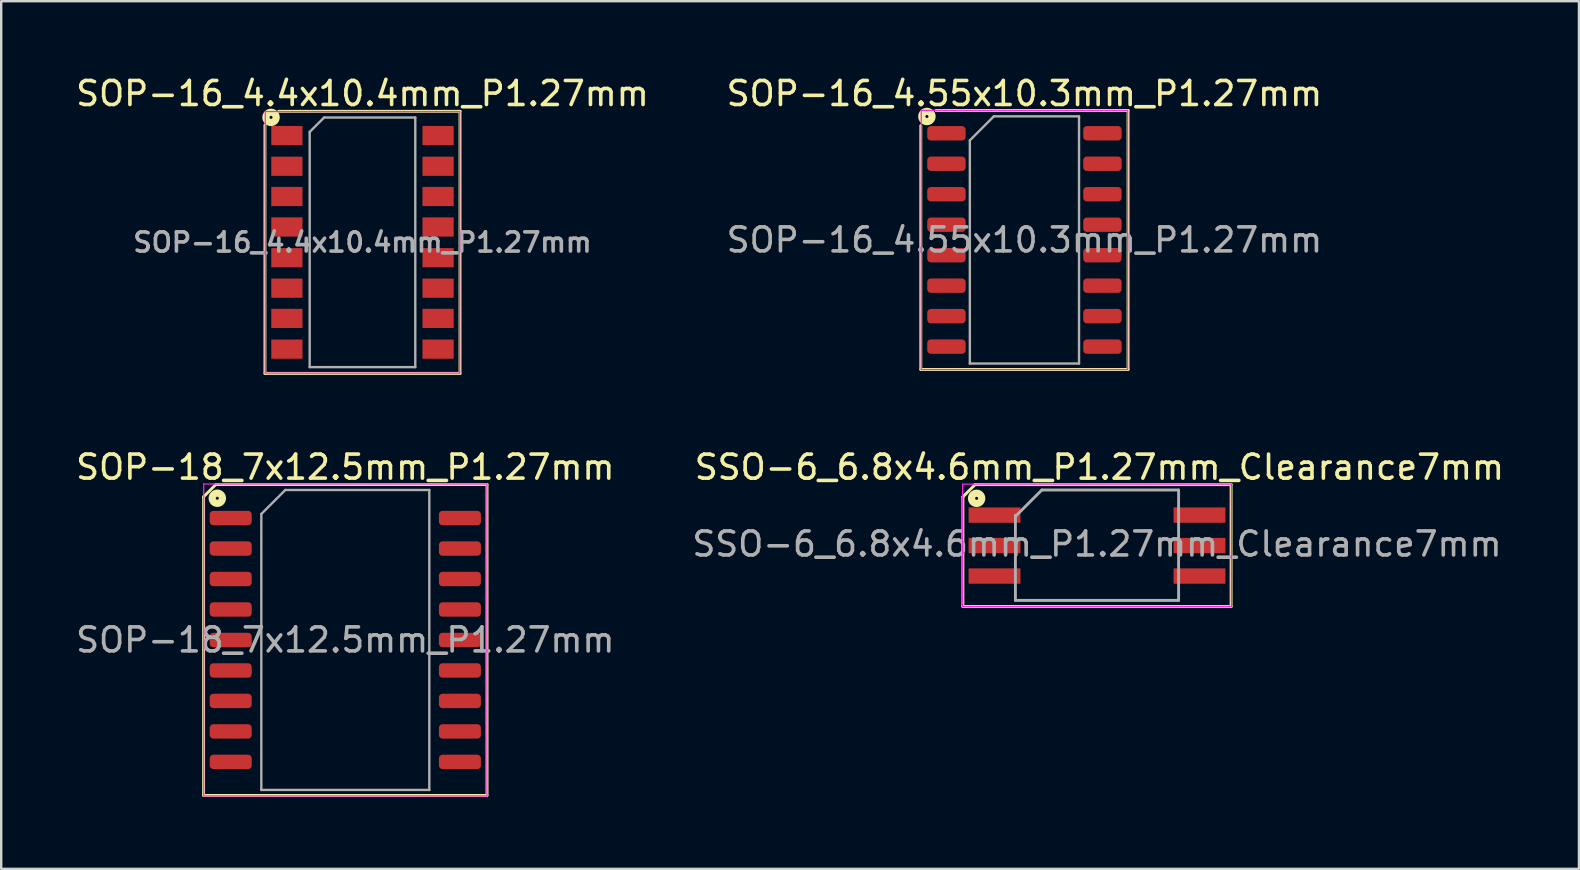
<source format=kicad_pcb>
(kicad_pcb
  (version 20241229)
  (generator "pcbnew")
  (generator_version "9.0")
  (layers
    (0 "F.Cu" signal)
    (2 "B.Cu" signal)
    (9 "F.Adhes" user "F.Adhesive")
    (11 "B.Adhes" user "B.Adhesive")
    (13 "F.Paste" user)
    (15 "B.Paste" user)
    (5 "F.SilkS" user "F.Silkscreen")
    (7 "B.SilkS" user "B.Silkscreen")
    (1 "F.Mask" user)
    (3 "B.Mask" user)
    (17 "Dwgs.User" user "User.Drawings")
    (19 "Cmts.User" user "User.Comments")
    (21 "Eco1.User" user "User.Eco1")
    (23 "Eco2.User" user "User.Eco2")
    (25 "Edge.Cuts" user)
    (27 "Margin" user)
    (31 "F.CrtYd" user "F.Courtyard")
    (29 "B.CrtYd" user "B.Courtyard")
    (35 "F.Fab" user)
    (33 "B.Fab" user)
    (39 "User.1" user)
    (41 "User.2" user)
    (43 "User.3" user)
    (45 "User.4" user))
  (footprint "SOP-16_4.55x10.3mm_P1.27mm"
    (layer "F.Cu")
    (at 39.637 6.948)
    (property "Reference" "SOP-16_4.55x10.3mm_P1.27mm" (at 0 -6.1 0) (layer "F.SilkS") (effects (font (size 1 1) (thickness 0.15))))
    (attr smd)
    (fp_line (start -4.318 -4.763) (end -4.318 5.397) (stroke (width 0.12) (type solid)) (layer "F.SilkS"))
    (fp_line (start -4.318 5.397) (end 4.318 5.397) (stroke (width 0.12) (type solid)) (layer "F.SilkS"))
    (fp_line (start 4.318 -5.397) (end -3.683 -5.397) (stroke (width 0.12) (type solid)) (layer "F.SilkS"))
    (fp_line (start 4.318 5.397) (end 4.318 -5.397) (stroke (width 0.12) (type solid)) (layer "F.SilkS"))
    (fp_circle (center -4.064 -5.144) (end -4 -5.144) (stroke (width 0.3) (type solid)) (fill no) (layer "F.SilkS"))
    (fp_line (start -4.3 -5.4) (end -4.3 5.4) (stroke (width 0.05) (type solid)) (layer "F.CrtYd"))
    (fp_line (start -4.3 5.4) (end 4.3 5.4) (stroke (width 0.05) (type solid)) (layer "F.CrtYd"))
    (fp_line (start 4.3 -5.4) (end -4.3 -5.4) (stroke (width 0.05) (type solid)) (layer "F.CrtYd"))
    (fp_line (start 4.3 5.4) (end 4.3 -5.4) (stroke (width 0.05) (type solid)) (layer "F.CrtYd"))
    (fp_line (start -2.275 -4.15) (end -1.275 -5.15) (stroke (width 0.1) (type solid)) (layer "F.Fab"))
    (fp_line (start -2.275 5.15) (end -2.275 -4.15) (stroke (width 0.1) (type solid)) (layer "F.Fab"))
    (fp_line (start -1.275 -5.15) (end 2.275 -5.15) (stroke (width 0.1) (type solid)) (layer "F.Fab"))
    (fp_line (start 2.275 -5.15) (end 2.275 5.15) (stroke (width 0.1) (type solid)) (layer "F.Fab"))
    (fp_line (start 2.275 5.15) (end -2.275 5.15) (stroke (width 0.1) (type solid)) (layer "F.Fab"))
    (fp_text user "${REFERENCE}" (at 0 0 0) (layer "F.Fab") (effects (font (size 1 1) (thickness 0.15))))
    (pad "1" smd roundrect (at -3.25 -4.445) (size 1.6 0.6) (layers "F.Cu" "F.Mask" "F.Paste") (roundrect_rratio 0.25))
    (pad "2" smd roundrect (at -3.25 -3.175) (size 1.6 0.6) (layers "F.Cu" "F.Mask" "F.Paste") (roundrect_rratio 0.25))
    (pad "3" smd roundrect (at -3.25 -1.905) (size 1.6 0.6) (layers "F.Cu" "F.Mask" "F.Paste") (roundrect_rratio 0.25))
    (pad "4" smd roundrect (at -3.25 -0.635) (size 1.6 0.6) (layers "F.Cu" "F.Mask" "F.Paste") (roundrect_rratio 0.25))
    (pad "5" smd roundrect (at -3.25 0.635) (size 1.6 0.6) (layers "F.Cu" "F.Mask" "F.Paste") (roundrect_rratio 0.25))
    (pad "6" smd roundrect (at -3.25 1.905) (size 1.6 0.6) (layers "F.Cu" "F.Mask" "F.Paste") (roundrect_rratio 0.25))
    (pad "7" smd roundrect (at -3.25 3.175) (size 1.6 0.6) (layers "F.Cu" "F.Mask" "F.Paste") (roundrect_rratio 0.25))
    (pad "8" smd roundrect (at -3.25 4.445) (size 1.6 0.6) (layers "F.Cu" "F.Mask" "F.Paste") (roundrect_rratio 0.25))
    (pad "9" smd roundrect (at 3.25 4.445) (size 1.6 0.6) (layers "F.Cu" "F.Mask" "F.Paste") (roundrect_rratio 0.25))
    (pad "10" smd roundrect (at 3.25 3.175) (size 1.6 0.6) (layers "F.Cu" "F.Mask" "F.Paste") (roundrect_rratio 0.25))
    (pad "11" smd roundrect (at 3.25 1.905) (size 1.6 0.6) (layers "F.Cu" "F.Mask" "F.Paste") (roundrect_rratio 0.25))
    (pad "12" smd roundrect (at 3.25 0.635) (size 1.6 0.6) (layers "F.Cu" "F.Mask" "F.Paste") (roundrect_rratio 0.25))
    (pad "13" smd roundrect (at 3.25 -0.635) (size 1.6 0.6) (layers "F.Cu" "F.Mask" "F.Paste") (roundrect_rratio 0.25))
    (pad "14" smd roundrect (at 3.25 -1.905) (size 1.6 0.6) (layers "F.Cu" "F.Mask" "F.Paste") (roundrect_rratio 0.25))
    (pad "15" smd roundrect (at 3.25 -3.175) (size 1.6 0.6) (layers "F.Cu" "F.Mask" "F.Paste") (roundrect_rratio 0.25))
    (pad "16" smd roundrect (at 3.25 -4.445) (size 1.6 0.6) (layers "F.Cu" "F.Mask" "F.Paste") (roundrect_rratio 0.25)))
  (footprint "SSO-6_6.8x4.6mm_P1.27mm_Clearance7mm"
    (layer "F.Cu")
    (at 42.661 19.683)
    (property "Reference" "SSO-6_6.8x4.6mm_P1.27mm_Clearance7mm" (at 0.1 -3.265 0) (layer "F.SilkS") (effects (font (size 1 1) (thickness 0.15))))
    (attr smd)
    (fp_line (start -5.588 -2.032) (end -5.588 2.54) (stroke (width 0.12) (type solid)) (layer "F.SilkS"))
    (fp_line (start -5.588 -2.032) (end -5.08 -2.54) (stroke (width 0.12) (type solid)) (layer "F.SilkS"))
    (fp_line (start -5.588 2.54) (end 5.588 2.54) (stroke (width 0.12) (type solid)) (layer "F.SilkS"))
    (fp_line (start 5.588 -2.54) (end -5.08 -2.54) (stroke (width 0.12) (type solid)) (layer "F.SilkS"))
    (fp_line (start 5.588 2.54) (end 5.588 -2.54) (stroke (width 0.12) (type solid)) (layer "F.SilkS"))
    (fp_circle (center -5.016 -1.968) (end -4.953 -1.968) (stroke (width 0.3) (type solid)) (fill no) (layer "F.SilkS"))
    (fp_line (start -5.6 -2.56) (end -5.6 2.54) (stroke (width 0.05) (type solid)) (layer "F.CrtYd"))
    (fp_line (start -5.6 -2.56) (end 5.6 -2.56) (stroke (width 0.05) (type solid)) (layer "F.CrtYd"))
    (fp_line (start 5.6 2.54) (end -5.6 2.54) (stroke (width 0.05) (type solid)) (layer "F.CrtYd"))
    (fp_line (start 5.6 2.54) (end 5.6 -2.56) (stroke (width 0.05) (type solid)) (layer "F.CrtYd"))
    (fp_line (start -3.4 2.285) (end -3.4 -1.265) (stroke (width 0.12) (type solid)) (layer "F.Fab"))
    (fp_line (start -2.3 -2.315) (end -3.4 -1.215) (stroke (width 0.12) (type solid)) (layer "F.Fab"))
    (fp_line (start 3.4 -2.315) (end -2.3 -2.315) (stroke (width 0.12) (type solid)) (layer "F.Fab"))
    (fp_line (start 3.4 -2.315) (end 3.4 2.285) (stroke (width 0.12) (type solid)) (layer "F.Fab"))
    (fp_line (start 3.4 2.285) (end -3.4 2.285) (stroke (width 0.12) (type solid)) (layer "F.Fab"))
    (fp_text user "${REFERENCE}" (at 0 -0.065 0) (layer "F.Fab") (effects (font (size 1 1) (thickness 0.15))))
    (pad "1" smd rect (at -4.27 -1.27) (size 2.16 0.64) (layers "F.Cu" "F.Mask" "F.Paste"))
    (pad "2" smd rect (at -4.27 0) (size 2.16 0.64) (layers "F.Cu" "F.Mask" "F.Paste"))
    (pad "3" smd rect (at -4.27 1.27) (size 2.16 0.64) (layers "F.Cu" "F.Mask" "F.Paste"))
    (pad "4" smd rect (at 4.27 1.27) (size 2.16 0.64) (layers "F.Cu" "F.Mask" "F.Paste"))
    (pad "5" smd rect (at 4.27 0) (size 2.16 0.64) (layers "F.Cu" "F.Mask" "F.Paste"))
    (pad "6" smd rect (at 4.27 -1.27) (size 2.16 0.64) (layers "F.Cu" "F.Mask" "F.Paste")))
  (footprint "SOP-16_4.4x10.4mm_P1.27mm"
    (layer "F.Cu")
    (at 12.054 7.048)
    (property "Reference" "SOP-16_4.4x10.4mm_P1.27mm" (at 0 -6.2 0) (layer "F.SilkS") (effects (font (size 1 1) (thickness 0.15))))
    (attr smd)
    (fp_line (start -4.064 -4.889) (end -4.064 5.461) (stroke (width 0.12) (type solid)) (layer "F.SilkS"))
    (fp_line (start -4.064 5.461) (end 4.064 5.461) (stroke (width 0.12) (type solid)) (layer "F.SilkS"))
    (fp_line (start 4.064 -5.461) (end -3.493 -5.461) (stroke (width 0.12) (type solid)) (layer "F.SilkS"))
    (fp_line (start 4.064 5.461) (end 4.064 -5.461) (stroke (width 0.12) (type solid)) (layer "F.SilkS"))
    (fp_circle (center -3.81 -5.207) (end -3.747 -5.207) (stroke (width 0.3) (type solid)) (fill no) (layer "F.SilkS"))
    (fp_line (start -4.05 -5.45) (end -4.05 5.45) (stroke (width 0.05) (type solid)) (layer "F.CrtYd"))
    (fp_line (start -4.05 -5.45) (end 4.05 -5.45) (stroke (width 0.05) (type solid)) (layer "F.CrtYd"))
    (fp_line (start 4.05 5.45) (end -4.05 5.45) (stroke (width 0.05) (type solid)) (layer "F.CrtYd"))
    (fp_line (start 4.05 5.45) (end 4.05 -5.45) (stroke (width 0.05) (type solid)) (layer "F.CrtYd"))
    (fp_line (start -2.2 -4.6) (end -1.6 -5.2) (stroke (width 0.1) (type solid)) (layer "F.Fab"))
    (fp_line (start -2.2 5.2) (end -2.2 -4.6) (stroke (width 0.1) (type solid)) (layer "F.Fab"))
    (fp_line (start -1.6 -5.2) (end 2.2 -5.2) (stroke (width 0.1) (type solid)) (layer "F.Fab"))
    (fp_line (start 2.2 -5.2) (end 2.2 5.2) (stroke (width 0.1) (type solid)) (layer "F.Fab"))
    (fp_line (start 2.2 5.2) (end -2.2 5.2) (stroke (width 0.1) (type solid)) (layer "F.Fab"))
    (fp_text user "${REFERENCE}" (at 0 0 0) (layer "F.Fab") (effects (font (size 0.8 0.8) (thickness 0.15))))
    (pad "1" smd rect (at -3.15 -4.45) (size 1.3 0.8) (layers "F.Cu" "F.Mask" "F.Paste"))
    (pad "2" smd rect (at -3.15 -3.17) (size 1.3 0.8) (layers "F.Cu" "F.Mask" "F.Paste"))
    (pad "3" smd rect (at -3.15 -1.91) (size 1.3 0.8) (layers "F.Cu" "F.Mask" "F.Paste"))
    (pad "4" smd rect (at -3.15 -0.64) (size 1.3 0.8) (layers "F.Cu" "F.Mask" "F.Paste"))
    (pad "5" smd rect (at -3.15 0.64) (size 1.3 0.8) (layers "F.Cu" "F.Mask" "F.Paste"))
    (pad "6" smd rect (at -3.15 1.91) (size 1.3 0.8) (layers "F.Cu" "F.Mask" "F.Paste"))
    (pad "7" smd rect (at -3.15 3.17) (size 1.3 0.8) (layers "F.Cu" "F.Mask" "F.Paste"))
    (pad "8" smd rect (at -3.15 4.45) (size 1.3 0.8) (layers "F.Cu" "F.Mask" "F.Paste"))
    (pad "9" smd rect (at 3.15 4.45) (size 1.3 0.8) (layers "F.Cu" "F.Mask" "F.Paste"))
    (pad "10" smd rect (at 3.15 3.17) (size 1.3 0.8) (layers "F.Cu" "F.Mask" "F.Paste"))
    (pad "11" smd rect (at 3.15 1.91) (size 1.3 0.8) (layers "F.Cu" "F.Mask" "F.Paste"))
    (pad "12" smd rect (at 3.15 0.64) (size 1.3 0.8) (layers "F.Cu" "F.Mask" "F.Paste"))
    (pad "13" smd rect (at 3.15 -0.64) (size 1.3 0.8) (layers "F.Cu" "F.Mask" "F.Paste"))
    (pad "14" smd rect (at 3.15 -1.91) (size 1.3 0.8) (layers "F.Cu" "F.Mask" "F.Paste"))
    (pad "15" smd rect (at 3.15 -3.17) (size 1.3 0.8) (layers "F.Cu" "F.Mask" "F.Paste"))
    (pad "16" smd rect (at 3.15 -4.45) (size 1.3 0.8) (layers "F.Cu" "F.Mask" "F.Paste")))
  (footprint "SOP-18_7x12.5mm_P1.27mm"
    (layer "F.Cu")
    (at 11.339 23.617)
    (property "Reference" "SOP-18_7x12.5mm_P1.27mm" (at 0 -7.2 0) (layer "F.SilkS") (effects (font (size 1 1) (thickness 0.15))))
    (attr smd)
    (fp_line (start -5.905 -5.969) (end -5.905 6.477) (stroke (width 0.12) (type solid)) (layer "F.SilkS"))
    (fp_line (start -5.905 -5.969) (end -5.397 -6.477) (stroke (width 0.12) (type solid)) (layer "F.SilkS"))
    (fp_line (start -5.905 6.477) (end 5.905 6.477) (stroke (width 0.12) (type solid)) (layer "F.SilkS"))
    (fp_line (start 5.905 -6.477) (end -5.397 -6.477) (stroke (width 0.12) (type solid)) (layer "F.SilkS"))
    (fp_line (start 5.905 6.477) (end 5.905 -6.477) (stroke (width 0.12) (type solid)) (layer "F.SilkS"))
    (fp_circle (center -5.334 -5.905) (end -5.271 -5.905) (stroke (width 0.3) (type solid)) (fill no) (layer "F.SilkS"))
    (fp_line (start -5.9 -6.5) (end -5.9 6.5) (stroke (width 0.05) (type solid)) (layer "F.CrtYd"))
    (fp_line (start -5.9 6.5) (end 5.9 6.5) (stroke (width 0.05) (type solid)) (layer "F.CrtYd"))
    (fp_line (start 5.9 -6.5) (end -5.9 -6.5) (stroke (width 0.05) (type solid)) (layer "F.CrtYd"))
    (fp_line (start 5.9 6.5) (end 5.9 -6.5) (stroke (width 0.05) (type solid)) (layer "F.CrtYd"))
    (fp_line (start -3.5 -5.25) (end -2.5 -6.25) (stroke (width 0.1) (type solid)) (layer "F.Fab"))
    (fp_line (start -3.5 6.25) (end -3.5 -5.25) (stroke (width 0.1) (type solid)) (layer "F.Fab"))
    (fp_line (start -2.5 -6.25) (end 3.5 -6.25) (stroke (width 0.1) (type solid)) (layer "F.Fab"))
    (fp_line (start 3.5 -6.25) (end 3.5 6.25) (stroke (width 0.1) (type solid)) (layer "F.Fab"))
    (fp_line (start 3.5 6.25) (end -3.5 6.25) (stroke (width 0.1) (type solid)) (layer "F.Fab"))
    (fp_text user "${REFERENCE}" (at 0 0 0) (layer "F.Fab") (effects (font (size 1 1) (thickness 0.15))))
    (pad "1" smd roundrect (at -4.775 -5.08) (size 1.75 0.6) (layers "F.Cu" "F.Mask" "F.Paste") (roundrect_rratio 0.25))
    (pad "2" smd roundrect (at -4.775 -3.81) (size 1.75 0.6) (layers "F.Cu" "F.Mask" "F.Paste") (roundrect_rratio 0.25))
    (pad "3" smd roundrect (at -4.775 -2.54) (size 1.75 0.6) (layers "F.Cu" "F.Mask" "F.Paste") (roundrect_rratio 0.25))
    (pad "4" smd roundrect (at -4.775 -1.27) (size 1.75 0.6) (layers "F.Cu" "F.Mask" "F.Paste") (roundrect_rratio 0.25))
    (pad "5" smd roundrect (at -4.775 0) (size 1.75 0.6) (layers "F.Cu" "F.Mask" "F.Paste") (roundrect_rratio 0.25))
    (pad "6" smd roundrect (at -4.775 1.27) (size 1.75 0.6) (layers "F.Cu" "F.Mask" "F.Paste") (roundrect_rratio 0.25))
    (pad "7" smd roundrect (at -4.775 2.54) (size 1.75 0.6) (layers "F.Cu" "F.Mask" "F.Paste") (roundrect_rratio 0.25))
    (pad "8" smd roundrect (at -4.775 3.81) (size 1.75 0.6) (layers "F.Cu" "F.Mask" "F.Paste") (roundrect_rratio 0.25))
    (pad "9" smd roundrect (at -4.775 5.08) (size 1.75 0.6) (layers "F.Cu" "F.Mask" "F.Paste") (roundrect_rratio 0.25))
    (pad "10" smd roundrect (at 4.775 5.08) (size 1.75 0.6) (layers "F.Cu" "F.Mask" "F.Paste") (roundrect_rratio 0.25))
    (pad "11" smd roundrect (at 4.775 3.81) (size 1.75 0.6) (layers "F.Cu" "F.Mask" "F.Paste") (roundrect_rratio 0.25))
    (pad "12" smd roundrect (at 4.775 2.54) (size 1.75 0.6) (layers "F.Cu" "F.Mask" "F.Paste") (roundrect_rratio 0.25))
    (pad "13" smd roundrect (at 4.775 1.27) (size 1.75 0.6) (layers "F.Cu" "F.Mask" "F.Paste") (roundrect_rratio 0.25))
    (pad "14" smd roundrect (at 4.775 0) (size 1.75 0.6) (layers "F.Cu" "F.Mask" "F.Paste") (roundrect_rratio 0.25))
    (pad "15" smd roundrect (at 4.775 -1.27) (size 1.75 0.6) (layers "F.Cu" "F.Mask" "F.Paste") (roundrect_rratio 0.25))
    (pad "16" smd roundrect (at 4.775 -2.54) (size 1.75 0.6) (layers "F.Cu" "F.Mask" "F.Paste") (roundrect_rratio 0.25))
    (pad "17" smd roundrect (at 4.775 -3.81) (size 1.75 0.6) (layers "F.Cu" "F.Mask" "F.Paste") (roundrect_rratio 0.25))
    (pad "18" smd roundrect (at 4.775 -5.08) (size 1.75 0.6) (layers "F.Cu" "F.Mask" "F.Paste") (roundrect_rratio 0.25)))
  (gr_rect
    (start -3 -3)
    (end 62.743 33.154)
    (stroke (width 0.1) (type default))
    (fill no)
    (layer "Edge.Cuts")))
</source>
